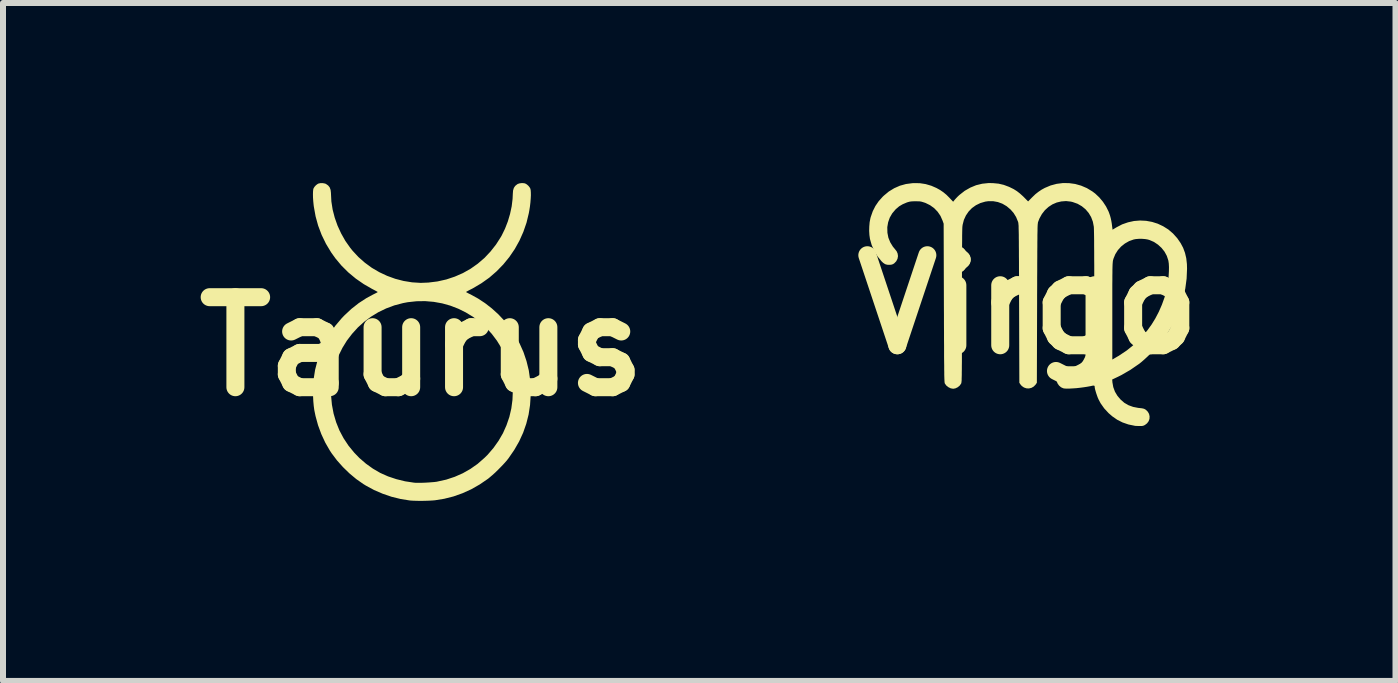
<source format=kicad_pcb>
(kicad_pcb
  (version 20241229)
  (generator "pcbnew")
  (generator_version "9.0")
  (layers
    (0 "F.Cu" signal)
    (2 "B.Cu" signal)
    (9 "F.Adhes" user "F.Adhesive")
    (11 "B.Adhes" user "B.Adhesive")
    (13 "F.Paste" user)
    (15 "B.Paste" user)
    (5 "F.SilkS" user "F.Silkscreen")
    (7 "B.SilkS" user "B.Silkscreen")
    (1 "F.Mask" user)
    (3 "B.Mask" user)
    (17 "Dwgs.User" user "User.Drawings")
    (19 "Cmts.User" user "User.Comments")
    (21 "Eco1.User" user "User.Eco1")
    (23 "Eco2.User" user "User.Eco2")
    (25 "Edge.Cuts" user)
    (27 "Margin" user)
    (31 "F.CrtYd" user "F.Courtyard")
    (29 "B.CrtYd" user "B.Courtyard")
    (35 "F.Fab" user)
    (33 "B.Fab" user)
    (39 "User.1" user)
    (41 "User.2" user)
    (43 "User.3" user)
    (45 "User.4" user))
  (footprint "Taurus"
    (layer "F.Cu")
    (at 3.979 2.723)
    (property "Reference" "Taurus" (at 0 0 0) (layer "F.SilkS") (effects (font (size 1.5 1.5) (thickness 0.3))))
    (attr board_only exclude_from_pos_files exclude_from_bom)
    (fp_poly (pts (xy 1.706 -2.72) (xy 1.723 -2.715) (xy 1.749 -2.7) (xy 1.776 -2.676) (xy 1.797 -2.649) (xy 1.805 -2.635) (xy 1.812 -2.609) (xy 1.815 -2.569) (xy 1.816 -2.52) (xy 1.813 -2.462) (xy 1.808 -2.399) (xy 1.8 -2.331) (xy 1.789 -2.262) (xy 1.781 -2.219) (xy 1.743 -2.062) (xy 1.69 -1.909) (xy 1.625 -1.763) (xy 1.547 -1.623) (xy 1.457 -1.491) (xy 1.356 -1.367) (xy 1.244 -1.252) (xy 1.123 -1.147) (xy 0.992 -1.054) (xy 0.852 -0.971) (xy 0.829 -0.959) (xy 0.795 -0.942) (xy 0.767 -0.927) (xy 0.746 -0.915) (xy 0.736 -0.909) (xy 0.736 -0.908) (xy 0.742 -0.903) (xy 0.759 -0.894) (xy 0.785 -0.88) (xy 0.817 -0.865) (xy 0.818 -0.864) (xy 0.936 -0.799) (xy 1.053 -0.722) (xy 1.166 -0.634) (xy 1.273 -0.537) (xy 1.371 -0.433) (xy 1.451 -0.334) (xy 1.546 -0.197) (xy 1.626 -0.055) (xy 1.692 0.092) (xy 1.743 0.243) (xy 1.781 0.398) (xy 1.804 0.559) (xy 1.814 0.726) (xy 1.813 0.81) (xy 1.802 0.975) (xy 1.778 1.133) (xy 1.739 1.287) (xy 1.687 1.436) (xy 1.62 1.582) (xy 1.539 1.723) (xy 1.445 1.86) (xy 1.413 1.901) (xy 1.372 1.947) (xy 1.324 1.998) (xy 1.273 2.05) (xy 1.222 2.1) (xy 1.172 2.145) (xy 1.127 2.183) (xy 1.103 2.203) (xy 0.964 2.298) (xy 0.822 2.379) (xy 0.676 2.445) (xy 0.527 2.498) (xy 0.372 2.537) (xy 0.218 2.562) (xy 0.169 2.566) (xy 0.11 2.569) (xy 0.045 2.571) (xy -0.022 2.572) (xy -0.087 2.571) (xy -0.146 2.569) (xy -0.195 2.566) (xy -0.203 2.565) (xy -0.353 2.541) (xy -0.504 2.504) (xy -0.653 2.453) (xy -0.797 2.391) (xy -0.932 2.318) (xy -0.976 2.291) (xy -1.093 2.209) (xy -1.207 2.114) (xy -1.315 2.009) (xy -1.415 1.897) (xy -1.503 1.78) (xy -1.534 1.733) (xy -1.61 1.601) (xy -1.675 1.461) (xy -1.73 1.312) (xy -1.772 1.159) (xy -1.793 1.057) (xy -1.802 0.989) (xy -1.809 0.911) (xy -1.813 0.827) (xy -1.815 0.741) (xy -1.814 0.706) (xy -1.513 0.706) (xy -1.513 0.818) (xy -1.499 0.97) (xy -1.471 1.118) (xy -1.429 1.261) (xy -1.374 1.398) (xy -1.305 1.528) (xy -1.223 1.652) (xy -1.127 1.769) (xy -1.042 1.857) (xy -0.932 1.952) (xy -0.816 2.035) (xy -0.694 2.106) (xy -0.564 2.164) (xy -0.426 2.21) (xy -0.28 2.246) (xy -0.135 2.268) (xy -0.104 2.271) (xy -0.061 2.271) (xy -0.01 2.271) (xy 0.046 2.269) (xy 0.103 2.266) (xy 0.157 2.262) (xy 0.206 2.258) (xy 0.246 2.253) (xy 0.255 2.251) (xy 0.405 2.218) (xy 0.547 2.171) (xy 0.681 2.112) (xy 0.808 2.04) (xy 0.929 1.955) (xy 1.042 1.856) (xy 1.096 1.803) (xy 1.193 1.69) (xy 1.278 1.57) (xy 1.351 1.444) (xy 1.41 1.311) (xy 1.457 1.174) (xy 1.49 1.033) (xy 1.509 0.89) (xy 1.515 0.745) (xy 1.507 0.599) (xy 1.484 0.453) (xy 1.447 0.309) (xy 1.443 0.296) (xy 1.39 0.157) (xy 1.326 0.026) (xy 1.25 -0.097) (xy 1.164 -0.211) (xy 1.068 -0.316) (xy 0.963 -0.41) (xy 0.851 -0.495) (xy 0.731 -0.568) (xy 0.605 -0.63) (xy 0.473 -0.681) (xy 0.337 -0.719) (xy 0.197 -0.744) (xy 0.054 -0.756) (xy -0.09 -0.754) (xy -0.237 -0.738) (xy -0.315 -0.723) (xy -0.459 -0.685) (xy -0.596 -0.634) (xy -0.726 -0.571) (xy -0.849 -0.496) (xy -0.963 -0.411) (xy -1.068 -0.316) (xy -1.163 -0.211) (xy -1.249 -0.099) (xy -1.323 0.021) (xy -1.386 0.148) (xy -1.438 0.28) (xy -1.476 0.418) (xy -1.502 0.561) (xy -1.513 0.706) (xy -1.814 0.706) (xy -1.813 0.658) (xy -1.808 0.581) (xy -1.805 0.552) (xy -1.779 0.388) (xy -1.738 0.229) (xy -1.684 0.075) (xy -1.616 -0.072) (xy -1.536 -0.212) (xy -1.442 -0.346) (xy -1.336 -0.471) (xy -1.291 -0.518) (xy -1.173 -0.628) (xy -1.052 -0.723) (xy -0.926 -0.805) (xy -0.819 -0.863) (xy -0.787 -0.879) (xy -0.761 -0.892) (xy -0.743 -0.902) (xy -0.736 -0.908) (xy -0.735 -0.908) (xy -0.742 -0.912) (xy -0.759 -0.922) (xy -0.785 -0.936) (xy -0.817 -0.953) (xy -0.829 -0.959) (xy -0.968 -1.039) (xy -1.101 -1.131) (xy -1.225 -1.234) (xy -1.339 -1.347) (xy -1.442 -1.47) (xy -1.511 -1.567) (xy -1.598 -1.711) (xy -1.67 -1.859) (xy -1.728 -2.012) (xy -1.771 -2.168) (xy -1.8 -2.329) (xy -1.804 -2.36) (xy -1.81 -2.421) (xy -1.814 -2.479) (xy -1.815 -2.532) (xy -1.814 -2.578) (xy -1.811 -2.613) (xy -1.805 -2.635) (xy -1.788 -2.662) (xy -1.764 -2.688) (xy -1.737 -2.708) (xy -1.723 -2.715) (xy -1.69 -2.722) (xy -1.651 -2.722) (xy -1.615 -2.715) (xy -1.599 -2.709) (xy -1.562 -2.683) (xy -1.536 -2.651) (xy -1.521 -2.609) (xy -1.515 -2.557) (xy -1.515 -2.55) (xy -1.508 -2.416) (xy -1.487 -2.281) (xy -1.452 -2.146) (xy -1.405 -2.013) (xy -1.345 -1.883) (xy -1.275 -1.759) (xy -1.193 -1.643) (xy -1.156 -1.597) (xy -1.058 -1.491) (xy -0.95 -1.396) (xy -0.834 -1.311) (xy -0.709 -1.238) (xy -0.579 -1.177) (xy -0.444 -1.128) (xy -0.305 -1.092) (xy -0.163 -1.069) (xy -0.02 -1.06) (xy 0.107 -1.065) (xy 0.26 -1.084) (xy 0.407 -1.117) (xy 0.548 -1.164) (xy 0.683 -1.223) (xy 0.811 -1.295) (xy 0.93 -1.379) (xy 1.042 -1.475) (xy 1.143 -1.582) (xy 1.235 -1.699) (xy 1.317 -1.827) (xy 1.33 -1.85) (xy 1.385 -1.963) (xy 1.432 -2.084) (xy 1.469 -2.209) (xy 1.496 -2.335) (xy 1.511 -2.459) (xy 1.515 -2.545) (xy 1.519 -2.599) (xy 1.532 -2.642) (xy 1.554 -2.675) (xy 1.586 -2.701) (xy 1.599 -2.709) (xy 1.631 -2.719) (xy 1.669 -2.723)) (stroke (width 0) (type solid)) (fill yes) (layer "F.SilkS")))
  (footprint "Virgo"
    (layer "F.Cu")
    (at 14.079 2.024)
    (property "Reference" "Virgo" (at 0 0 0) (layer "F.SilkS") (effects (font (size 1.5 1.5) (thickness 0.3))))
    (attr board_only exclude_from_pos_files exclude_from_bom)
    (fp_poly (pts (xy 0.682 -2.023) (xy 0.784 -2.009) (xy 0.883 -1.981) (xy 0.979 -1.94) (xy 1.07 -1.885) (xy 1.118 -1.849) (xy 1.186 -1.785) (xy 1.247 -1.712) (xy 1.299 -1.633) (xy 1.34 -1.551) (xy 1.35 -1.525) (xy 1.366 -1.479) (xy 1.377 -1.438) (xy 1.386 -1.396) (xy 1.394 -1.349) (xy 1.398 -1.316) (xy 1.407 -1.247) (xy 1.473 -1.287) (xy 1.567 -1.336) (xy 1.665 -1.37) (xy 1.765 -1.392) (xy 1.866 -1.4) (xy 1.966 -1.395) (xy 2.065 -1.377) (xy 2.16 -1.347) (xy 2.251 -1.304) (xy 2.337 -1.25) (xy 2.415 -1.183) (xy 2.485 -1.105) (xy 2.487 -1.102) (xy 2.541 -1.024) (xy 2.583 -0.945) (xy 2.614 -0.861) (xy 2.635 -0.772) (xy 2.646 -0.674) (xy 2.648 -0.596) (xy 2.641 -0.432) (xy 2.619 -0.267) (xy 2.583 -0.105) (xy 2.533 0.055) (xy 2.469 0.212) (xy 2.392 0.363) (xy 2.303 0.509) (xy 2.21 0.638) (xy 2.179 0.675) (xy 2.138 0.719) (xy 2.091 0.768) (xy 2.04 0.818) (xy 1.988 0.868) (xy 1.937 0.915) (xy 1.89 0.956) (xy 1.849 0.989) (xy 1.844 0.992) (xy 1.703 1.089) (xy 1.556 1.174) (xy 1.498 1.203) (xy 1.401 1.249) (xy 1.405 1.298) (xy 1.419 1.376) (xy 1.447 1.452) (xy 1.489 1.522) (xy 1.542 1.584) (xy 1.603 1.637) (xy 1.672 1.677) (xy 1.749 1.705) (xy 1.835 1.722) (xy 1.856 1.724) (xy 1.892 1.728) (xy 1.918 1.733) (xy 1.937 1.739) (xy 1.954 1.749) (xy 1.96 1.752) (xy 1.993 1.784) (xy 2.015 1.822) (xy 2.024 1.863) (xy 2.022 1.905) (xy 2.008 1.944) (xy 1.982 1.979) (xy 1.946 2.007) (xy 1.944 2.008) (xy 1.922 2.018) (xy 1.9 2.023) (xy 1.871 2.024) (xy 1.854 2.024) (xy 1.823 2.023) (xy 1.796 2.022) (xy 1.779 2.021) (xy 1.778 2.02) (xy 1.671 1.998) (xy 1.573 1.964) (xy 1.484 1.919) (xy 1.402 1.862) (xy 1.341 1.809) (xy 1.268 1.73) (xy 1.208 1.645) (xy 1.174 1.581) (xy 1.161 1.552) (xy 1.148 1.516) (xy 1.135 1.478) (xy 1.124 1.441) (xy 1.115 1.409) (xy 1.111 1.386) (xy 1.11 1.38) (xy 1.109 1.363) (xy 1.105 1.354) (xy 1.094 1.35) (xy 1.073 1.352) (xy 1.042 1.359) (xy 1.041 1.359) (xy 0.987 1.369) (xy 0.929 1.378) (xy 0.868 1.386) (xy 0.806 1.393) (xy 0.747 1.397) (xy 0.692 1.4) (xy 0.645 1.401) (xy 0.608 1.399) (xy 0.585 1.395) (xy 0.548 1.378) (xy 0.515 1.349) (xy 0.49 1.313) (xy 0.475 1.273) (xy 0.473 1.248) (xy 0.477 1.219) (xy 0.49 1.186) (xy 0.508 1.157) (xy 0.523 1.139) (xy 0.539 1.126) (xy 0.56 1.116) (xy 0.587 1.108) (xy 0.624 1.103) (xy 0.671 1.098) (xy 0.71 1.095) (xy 0.756 1.092) (xy 0.802 1.089) (xy 0.842 1.085) (xy 0.873 1.082) (xy 0.885 1.08) (xy 0.923 1.073) (xy 0.963 1.065) (xy 1.003 1.057) (xy 1.039 1.049) (xy 1.067 1.041) (xy 1.086 1.036) (xy 1.09 1.034) (xy 1.091 1.033) (xy 1.093 1.03) (xy 1.094 1.024) (xy 1.096 1.016) (xy 1.097 1.004) (xy 1.098 0.988) (xy 1.099 0.967) (xy 1.1 0.94) (xy 1.1 0.916) (xy 1.403 0.916) (xy 1.42 0.907) (xy 1.433 0.899) (xy 1.455 0.886) (xy 1.484 0.869) (xy 1.512 0.853) (xy 1.645 0.764) (xy 1.769 0.664) (xy 1.883 0.552) (xy 1.988 0.429) (xy 2.058 0.332) (xy 2.12 0.231) (xy 2.178 0.12) (xy 2.229 0.003) (xy 2.272 -0.116) (xy 2.304 -0.232) (xy 2.31 -0.257) (xy 2.324 -0.331) (xy 2.335 -0.407) (xy 2.342 -0.484) (xy 2.346 -0.557) (xy 2.347 -0.624) (xy 2.344 -0.683) (xy 2.337 -0.731) (xy 2.336 -0.735) (xy 2.311 -0.811) (xy 2.273 -0.881) (xy 2.223 -0.944) (xy 2.164 -0.998) (xy 2.097 -1.043) (xy 2.023 -1.075) (xy 1.992 -1.084) (xy 1.95 -1.091) (xy 1.899 -1.095) (xy 1.846 -1.095) (xy 1.796 -1.091) (xy 1.759 -1.084) (xy 1.683 -1.057) (xy 1.613 -1.017) (xy 1.55 -0.967) (xy 1.496 -0.907) (xy 1.453 -0.839) (xy 1.423 -0.766) (xy 1.414 -0.735) (xy 1.413 -0.726) (xy 1.411 -0.714) (xy 1.41 -0.698) (xy 1.408 -0.677) (xy 1.407 -0.652) (xy 1.406 -0.62) (xy 1.405 -0.581) (xy 1.405 -0.534) (xy 1.404 -0.478) (xy 1.404 -0.412) (xy 1.403 -0.336) (xy 1.403 -0.249) (xy 1.403 -0.149) (xy 1.403 -0.036) (xy 1.403 0.091) (xy 1.403 0.115) (xy 1.403 0.916) (xy 1.1 0.916) (xy 1.1 0.906) (xy 1.101 0.865) (xy 1.101 0.817) (xy 1.102 0.759) (xy 1.102 0.693) (xy 1.102 0.616) (xy 1.102 0.529) (xy 1.102 0.43) (xy 1.103 0.319) (xy 1.103 0.195) (xy 1.103 0.058) (xy 1.103 -0.094) (xy 1.103 -0.1) (xy 1.103 -0.251) (xy 1.102 -0.394) (xy 1.102 -0.53) (xy 1.102 -0.656) (xy 1.101 -0.773) (xy 1.101 -0.88) (xy 1.1 -0.976) (xy 1.1 -1.061) (xy 1.099 -1.134) (xy 1.098 -1.194) (xy 1.097 -1.241) (xy 1.096 -1.275) (xy 1.095 -1.294) (xy 1.095 -1.296) (xy 1.079 -1.38) (xy 1.05 -1.457) (xy 1.009 -1.526) (xy 0.957 -1.587) (xy 0.895 -1.638) (xy 0.824 -1.679) (xy 0.745 -1.707) (xy 0.713 -1.715) (xy 0.632 -1.724) (xy 0.553 -1.718) (xy 0.477 -1.7) (xy 0.405 -1.669) (xy 0.339 -1.626) (xy 0.28 -1.572) (xy 0.23 -1.508) (xy 0.189 -1.434) (xy 0.168 -1.38) (xy 0.166 -1.375) (xy 0.164 -1.368) (xy 0.163 -1.36) (xy 0.162 -1.349) (xy 0.16 -1.335) (xy 0.159 -1.318) (xy 0.158 -1.296) (xy 0.157 -1.269) (xy 0.157 -1.237) (xy 0.156 -1.198) (xy 0.155 -1.152) (xy 0.155 -1.098) (xy 0.154 -1.036) (xy 0.154 -0.965) (xy 0.153 -0.885) (xy 0.153 -0.793) (xy 0.152 -0.691) (xy 0.152 -0.577) (xy 0.151 -0.451) (xy 0.151 -0.311) (xy 0.15 -0.158) (xy 0.15 -0.018) (xy 0.146 1.303) (xy 0.126 1.333) (xy 0.094 1.366) (xy 0.056 1.388) (xy 0.014 1.398) (xy -0.028 1.396) (xy -0.069 1.382) (xy -0.105 1.357) (xy -0.126 1.333) (xy -0.146 1.303) (xy -0.15 -0.018) (xy -0.151 -0.183) (xy -0.151 -0.335) (xy -0.151 -0.472) (xy -0.152 -0.596) (xy -0.152 -0.708) (xy -0.153 -0.809) (xy -0.153 -0.898) (xy -0.154 -0.978) (xy -0.154 -1.047) (xy -0.155 -1.108) (xy -0.155 -1.16) (xy -0.156 -1.205) (xy -0.157 -1.243) (xy -0.158 -1.274) (xy -0.158 -1.3) (xy -0.159 -1.321) (xy -0.161 -1.338) (xy -0.162 -1.351) (xy -0.163 -1.361) (xy -0.165 -1.369) (xy -0.166 -1.376) (xy -0.168 -1.38) (xy -0.2 -1.458) (xy -0.242 -1.526) (xy -0.292 -1.583) (xy -0.357 -1.638) (xy -0.428 -1.68) (xy -0.504 -1.708) (xy -0.582 -1.722) (xy -0.664 -1.722) (xy -0.713 -1.715) (xy -0.795 -1.691) (xy -0.869 -1.655) (xy -0.935 -1.608) (xy -0.991 -1.55) (xy -1.036 -1.484) (xy -1.07 -1.41) (xy -1.091 -1.328) (xy -1.095 -1.296) (xy -1.096 -1.28) (xy -1.097 -1.248) (xy -1.098 -1.203) (xy -1.099 -1.145) (xy -1.099 -1.073) (xy -1.1 -0.989) (xy -1.101 -0.894) (xy -1.101 -0.787) (xy -1.102 -0.669) (xy -1.102 -0.54) (xy -1.102 -0.402) (xy -1.102 -0.255) (xy -1.103 -0.099) (xy -1.103 0.032) (xy -1.103 0.193) (xy -1.103 0.34) (xy -1.103 0.473) (xy -1.103 0.593) (xy -1.103 0.701) (xy -1.103 0.797) (xy -1.103 0.882) (xy -1.103 0.957) (xy -1.104 1.023) (xy -1.104 1.08) (xy -1.105 1.128) (xy -1.105 1.169) (xy -1.106 1.204) (xy -1.107 1.232) (xy -1.107 1.254) (xy -1.108 1.273) (xy -1.11 1.287) (xy -1.111 1.297) (xy -1.112 1.305) (xy -1.114 1.311) (xy -1.116 1.316) (xy -1.117 1.32) (xy -1.118 1.32) (xy -1.141 1.352) (xy -1.173 1.378) (xy -1.21 1.396) (xy -1.247 1.403) (xy -1.248 1.403) (xy -1.289 1.396) (xy -1.328 1.377) (xy -1.363 1.349) (xy -1.386 1.317) (xy -1.388 1.314) (xy -1.389 1.308) (xy -1.391 1.301) (xy -1.392 1.29) (xy -1.393 1.276) (xy -1.394 1.257) (xy -1.395 1.233) (xy -1.396 1.204) (xy -1.397 1.168) (xy -1.397 1.126) (xy -1.398 1.076) (xy -1.398 1.017) (xy -1.399 0.95) (xy -1.4 0.873) (xy -1.4 0.786) (xy -1.4 0.688) (xy -1.401 0.578) (xy -1.401 0.457) (xy -1.402 0.322) (xy -1.402 0.174) (xy -1.403 0.011) (xy -1.403 -0.026) (xy -1.407 -1.347) (xy -1.425 -1.398) (xy -1.46 -1.477) (xy -1.507 -1.546) (xy -1.565 -1.606) (xy -1.633 -1.655) (xy -1.71 -1.693) (xy -1.725 -1.698) (xy -1.756 -1.708) (xy -1.781 -1.715) (xy -1.807 -1.719) (xy -1.838 -1.72) (xy -1.875 -1.721) (xy -1.917 -1.72) (xy -1.948 -1.718) (xy -1.974 -1.714) (xy -2.001 -1.707) (xy -2.022 -1.7) (xy -2.09 -1.671) (xy -2.149 -1.636) (xy -2.203 -1.59) (xy -2.209 -1.584) (xy -2.264 -1.519) (xy -2.305 -1.448) (xy -2.332 -1.371) (xy -2.346 -1.29) (xy -2.346 -1.282) (xy -2.344 -1.196) (xy -2.328 -1.114) (xy -2.297 -1.037) (xy -2.253 -0.965) (xy -2.219 -0.924) (xy -2.19 -0.887) (xy -2.174 -0.85) (xy -2.168 -0.809) (xy -2.168 -0.805) (xy -2.176 -0.762) (xy -2.197 -0.721) (xy -2.23 -0.687) (xy -2.25 -0.674) (xy -2.271 -0.666) (xy -2.299 -0.662) (xy -2.306 -0.662) (xy -2.347 -0.663) (xy -2.382 -0.673) (xy -2.415 -0.695) (xy -2.442 -0.721) (xy -2.509 -0.803) (xy -2.563 -0.893) (xy -2.606 -0.991) (xy -2.635 -1.094) (xy -2.635 -1.095) (xy -2.644 -1.158) (xy -2.648 -1.228) (xy -2.646 -1.301) (xy -2.64 -1.372) (xy -2.628 -1.435) (xy -2.622 -1.458) (xy -2.588 -1.555) (xy -2.544 -1.642) (xy -2.49 -1.721) (xy -2.423 -1.796) (xy -2.404 -1.814) (xy -2.321 -1.883) (xy -2.231 -1.938) (xy -2.136 -1.98) (xy -2.035 -2.008) (xy -1.928 -2.022) (xy -1.909 -2.023) (xy -1.805 -2.022) (xy -1.707 -2.007) (xy -1.612 -1.979) (xy -1.527 -1.942) (xy -1.466 -1.908) (xy -1.412 -1.871) (xy -1.36 -1.828) (xy -1.312 -1.78) (xy -1.249 -1.713) (xy -1.219 -1.75) (xy -1.197 -1.774) (xy -1.17 -1.802) (xy -1.144 -1.826) (xy -1.056 -1.895) (xy -0.963 -1.948) (xy -0.867 -1.988) (xy -0.765 -2.013) (xy -0.659 -2.024) (xy -0.586 -2.023) (xy -0.492 -2.014) (xy -0.406 -1.994) (xy -0.323 -1.963) (xy -0.303 -1.954) (xy -0.24 -1.923) (xy -0.186 -1.889) (xy -0.136 -1.85) (xy -0.084 -1.803) (xy -0.069 -1.788) (xy 0 -1.718) (xy 0.069 -1.788) (xy 0.122 -1.839) (xy 0.173 -1.879) (xy 0.225 -1.914) (xy 0.278 -1.943) (xy 0.375 -1.984) (xy 0.476 -2.011) (xy 0.579 -2.024)) (stroke (width 0) (type solid)) (fill yes) (layer "F.SilkS")))
  (gr_rect
    (start -3 -3)
    (end 20.2 8.295)
    (stroke (width 0.1) (type default))
    (fill no)
    (layer "Edge.Cuts")))
</source>
